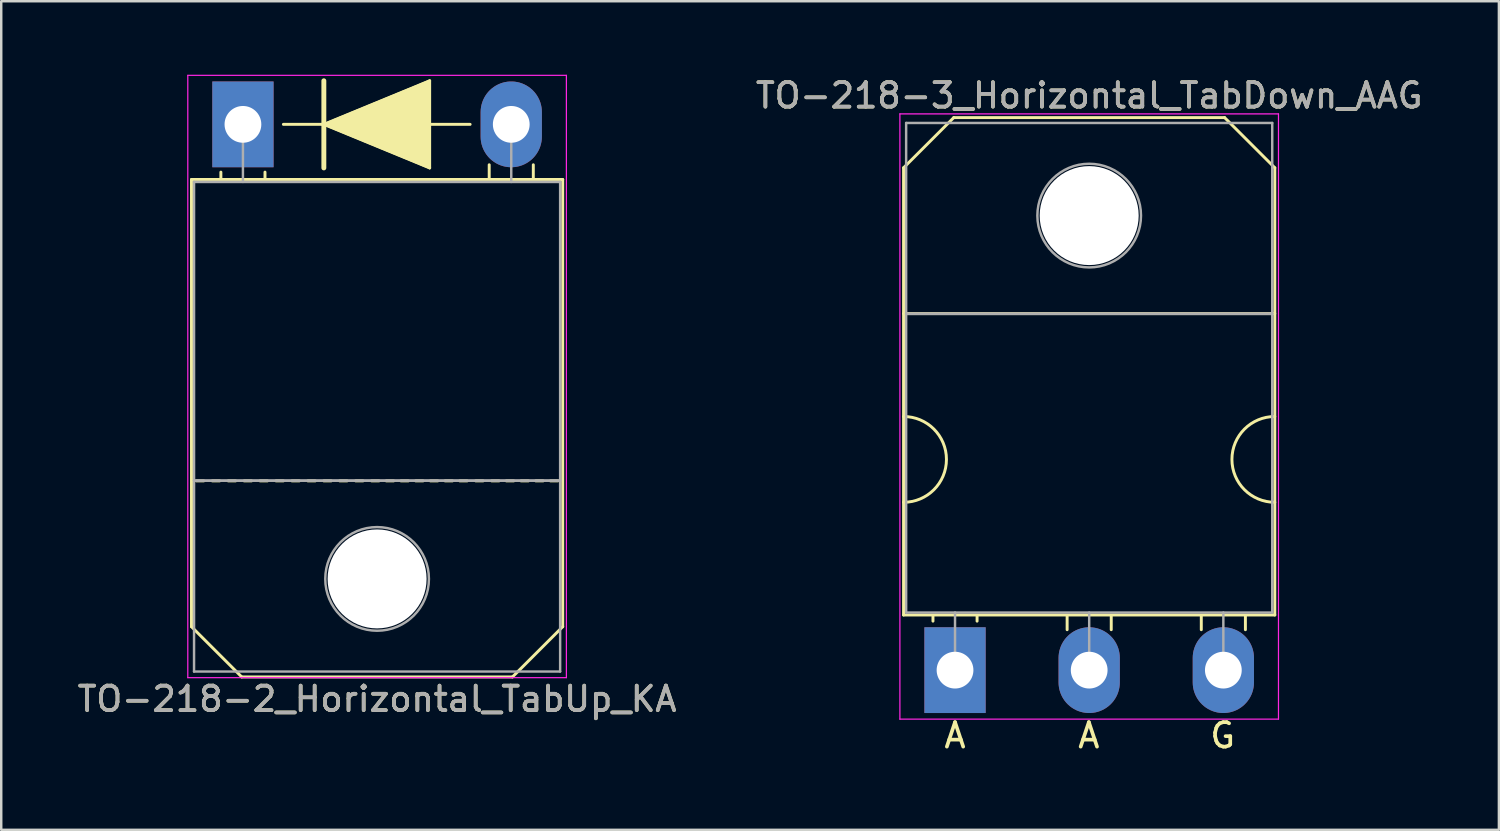
<source format=kicad_pcb>
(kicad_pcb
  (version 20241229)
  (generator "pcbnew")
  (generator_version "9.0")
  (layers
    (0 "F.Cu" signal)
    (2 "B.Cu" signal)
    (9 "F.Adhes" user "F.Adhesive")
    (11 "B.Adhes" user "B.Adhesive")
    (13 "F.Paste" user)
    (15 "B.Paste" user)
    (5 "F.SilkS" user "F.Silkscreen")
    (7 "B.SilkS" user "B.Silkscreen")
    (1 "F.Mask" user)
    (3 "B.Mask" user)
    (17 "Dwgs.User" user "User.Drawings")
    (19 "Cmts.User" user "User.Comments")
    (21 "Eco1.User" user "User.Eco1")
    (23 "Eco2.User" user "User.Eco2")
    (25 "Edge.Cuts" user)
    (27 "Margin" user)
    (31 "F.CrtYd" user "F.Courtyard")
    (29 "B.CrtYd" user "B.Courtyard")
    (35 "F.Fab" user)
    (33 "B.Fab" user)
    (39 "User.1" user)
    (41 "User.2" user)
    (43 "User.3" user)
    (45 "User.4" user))
  (footprint "TO-218-3_Horizontal_TabDown_AAG"
    (layer "F.Cu")
    (at 35.924 24.298)
    (property "Reference" "TO-218-3_Horizontal_TabDown_AAG" (at 5.475 -23.45 0) (layer "F.SilkS") (effects (font (size 1 1) (thickness 0.15))))
    (fp_line (start -2.1 -20.5) (end -0.05 -22.55) (stroke (width 0.12) (type solid)) (layer "F.SilkS"))
    (fp_line (start -2.1 -14.55) (end 13.05 -14.55) (stroke (width 0.12) (type solid)) (layer "F.SilkS"))
    (fp_line (start -2.1 -2.25) (end -2.1 -20.5) (stroke (width 0.12) (type solid)) (layer "F.SilkS"))
    (fp_line (start -0.9 -2.2) (end -0.9 -2) (stroke (width 0.12) (type solid)) (layer "F.SilkS"))
    (fp_line (start -0.05 -22.55) (end 11 -22.55) (stroke (width 0.12) (type solid)) (layer "F.SilkS"))
    (fp_line (start 0.9 -2.2) (end 0.9 -2) (stroke (width 0.12) (type solid)) (layer "F.SilkS"))
    (fp_line (start 4.575 -2.2) (end 4.575 -1.65) (stroke (width 0.12) (type solid)) (layer "F.SilkS"))
    (fp_line (start 6.375 -2.2) (end 6.375 -1.65) (stroke (width 0.12) (type solid)) (layer "F.SilkS"))
    (fp_line (start 10.05 -2.2) (end 10.05 -1.65) (stroke (width 0.12) (type solid)) (layer "F.SilkS"))
    (fp_line (start 11.85 -2.2) (end 11.85 -1.65) (stroke (width 0.12) (type solid)) (layer "F.SilkS"))
    (fp_line (start 13.05 -20.5) (end 11 -22.55) (stroke (width 0.12) (type solid)) (layer "F.SilkS"))
    (fp_line (start 13.05 -20.5) (end 13.05 -2.25) (stroke (width 0.12) (type solid)) (layer "F.SilkS"))
    (fp_line (start 13.05 -2.25) (end -2.1 -2.25) (stroke (width 0.12) (type solid)) (layer "F.SilkS"))
    (fp_arc (start -2.1 -10.35) (mid -0.35 -8.6) (end -2.1 -6.85) (stroke (width 0.12) (type solid)) (layer "F.SilkS"))
    (fp_arc (start 13.05 -6.85) (mid 11.3 -8.6) (end 13.05 -10.35) (stroke (width 0.12) (type solid)) (layer "F.SilkS"))
    (fp_line (start -2.25 -22.7) (end -2.25 2) (stroke (width 0.05) (type solid)) (layer "F.CrtYd"))
    (fp_line (start -2.25 2) (end 13.2 2) (stroke (width 0.05) (type solid)) (layer "F.CrtYd"))
    (fp_line (start 13.2 -22.7) (end -2.25 -22.7) (stroke (width 0.05) (type solid)) (layer "F.CrtYd"))
    (fp_line (start 13.2 2) (end 13.2 -22.7) (stroke (width 0.05) (type solid)) (layer "F.CrtYd"))
    (fp_line (start -1.995 -22.33) (end 12.945 -22.33) (stroke (width 0.1) (type solid)) (layer "F.Fab"))
    (fp_line (start -1.995 -14.54) (end -1.995 -22.33) (stroke (width 0.1) (type solid)) (layer "F.Fab"))
    (fp_line (start -1.995 -14.54) (end 12.945 -14.54) (stroke (width 0.1) (type solid)) (layer "F.Fab"))
    (fp_line (start -1.995 -2.35) (end -1.995 -14.54) (stroke (width 0.1) (type solid)) (layer "F.Fab"))
    (fp_line (start 0 -2.35) (end 0 0) (stroke (width 0.1) (type solid)) (layer "F.Fab"))
    (fp_line (start 5.475 -2.35) (end 5.475 0) (stroke (width 0.1) (type solid)) (layer "F.Fab"))
    (fp_line (start 10.95 -2.35) (end 10.95 0) (stroke (width 0.1) (type solid)) (layer "F.Fab"))
    (fp_line (start 12.945 -22.33) (end 12.945 -14.54) (stroke (width 0.1) (type solid)) (layer "F.Fab"))
    (fp_line (start 12.945 -14.54) (end -1.995 -14.54) (stroke (width 0.1) (type solid)) (layer "F.Fab"))
    (fp_line (start 12.945 -14.54) (end 12.945 -2.35) (stroke (width 0.1) (type solid)) (layer "F.Fab"))
    (fp_line (start 12.945 -2.35) (end -1.995 -2.35) (stroke (width 0.1) (type solid)) (layer "F.Fab"))
    (fp_circle (center 5.475 -18.55) (end 7.59 -18.55) (stroke (width 0.1) (type solid)) (fill no) (layer "F.Fab"))
    (fp_text user "A" (at 5.461 2.667 0) (unlocked yes) (layer "F.SilkS") (effects (font (size 1 1) (thickness 0.15))))
    (fp_text user "A" (at 0 2.667 0) (unlocked yes) (layer "F.SilkS") (effects (font (size 1 1) (thickness 0.15))))
    (fp_text user "G" (at 10.922 2.667 0) (unlocked yes) (layer "F.SilkS") (effects (font (size 1 1) (thickness 0.15))))
    (fp_text user "${REFERENCE}" (at 5.475 -23.45 0) (layer "F.Fab") (effects (font (size 1 1) (thickness 0.15))))
    (pad "" np_thru_hole oval (at 5.475 -18.55) (size 4.04 4.04) (drill 4.04) (layers "*.Cu" "*.Mask"))
    (pad "1" thru_hole rect (at 0 0) (size 2.5 3.5) (drill 1.5) (layers "*.Cu" "*.Mask"))
    (pad "2" thru_hole oval (at 5.475 0) (size 2.5 3.5) (drill 1.5) (layers "*.Cu" "*.Mask"))
    (pad "3" thru_hole oval (at 10.95 0) (size 2.5 3.5) (drill 1.5) (layers "*.Cu" "*.Mask")))
  (footprint "TO-218-2_Horizontal_TabUp_KA"
    (layer "F.Cu")
    (at 6.864 2.025)
    (property "Reference" "TO-218-2_Horizontal_TabUp_KA" (at 5.475 23.45 0) (layer "F.SilkS") (effects (font (size 1 1) (thickness 0.15))))
    (fp_line (start -2.1 2.25) (end 13.05 2.25) (stroke (width 0.12) (type solid)) (layer "F.SilkS"))
    (fp_line (start -2.1 20.5) (end -2.1 2.25) (stroke (width 0.12) (type solid)) (layer "F.SilkS"))
    (fp_line (start -2.1 20.5) (end -0.05 22.55) (stroke (width 0.12) (type solid)) (layer "F.SilkS"))
    (fp_line (start -1.6 14.55) (end -1.9 14.55) (stroke (width 0.12) (type solid)) (layer "F.SilkS"))
    (fp_line (start -0.95 14.55) (end -1.25 14.55) (stroke (width 0.12) (type solid)) (layer "F.SilkS"))
    (fp_line (start -0.9 2.2) (end -0.9 1.95) (stroke (width 0.12) (type solid)) (layer "F.SilkS"))
    (fp_line (start -0.3 14.55) (end -0.6 14.55) (stroke (width 0.12) (type solid)) (layer "F.SilkS"))
    (fp_line (start 0.35 14.55) (end 0.05 14.55) (stroke (width 0.12) (type solid)) (layer "F.SilkS"))
    (fp_line (start 0.9 2.2) (end 0.9 1.95) (stroke (width 0.12) (type solid)) (layer "F.SilkS"))
    (fp_line (start 1 14.55) (end 0.7 14.55) (stroke (width 0.12) (type solid)) (layer "F.SilkS"))
    (fp_line (start 1.65 14.55) (end 1.35 14.55) (stroke (width 0.12) (type solid)) (layer "F.SilkS"))
    (fp_line (start 1.651 0) (end 3.302 0) (stroke (width 0.12) (type solid)) (layer "F.SilkS"))
    (fp_line (start 2.3 14.55) (end 2 14.55) (stroke (width 0.12) (type solid)) (layer "F.SilkS"))
    (fp_line (start 2.95 14.55) (end 2.65 14.55) (stroke (width 0.12) (type solid)) (layer "F.SilkS"))
    (fp_line (start 3.302 0) (end 3.302 -1.778) (stroke (width 0.2) (type solid)) (layer "F.SilkS"))
    (fp_line (start 3.302 0) (end 7.62 -1.778) (stroke (width 0.12) (type solid)) (layer "F.SilkS"))
    (fp_line (start 3.302 1.778) (end 3.302 0) (stroke (width 0.2) (type solid)) (layer "F.SilkS"))
    (fp_line (start 3.6 14.55) (end 3.3 14.55) (stroke (width 0.12) (type solid)) (layer "F.SilkS"))
    (fp_line (start 4.25 14.55) (end 3.95 14.55) (stroke (width 0.12) (type solid)) (layer "F.SilkS"))
    (fp_line (start 4.9 14.55) (end 4.6 14.55) (stroke (width 0.12) (type solid)) (layer "F.SilkS"))
    (fp_line (start 5.55 14.55) (end 5.25 14.55) (stroke (width 0.12) (type solid)) (layer "F.SilkS"))
    (fp_line (start 6.15 14.55) (end 5.85 14.55) (stroke (width 0.12) (type solid)) (layer "F.SilkS"))
    (fp_line (start 6.75 14.55) (end 6.45 14.55) (stroke (width 0.12) (type solid)) (layer "F.SilkS"))
    (fp_line (start 7.35 14.55) (end 7.05 14.55) (stroke (width 0.12) (type solid)) (layer "F.SilkS"))
    (fp_line (start 7.62 -1.778) (end 7.62 1.778) (stroke (width 0.12) (type solid)) (layer "F.SilkS"))
    (fp_line (start 7.62 0) (end 9.271 0) (stroke (width 0.12) (type solid)) (layer "F.SilkS"))
    (fp_line (start 7.62 1.778) (end 3.302 0) (stroke (width 0.12) (type solid)) (layer "F.SilkS"))
    (fp_line (start 7.95 14.55) (end 7.65 14.55) (stroke (width 0.12) (type solid)) (layer "F.SilkS"))
    (fp_line (start 8.55 14.55) (end 8.25 14.55) (stroke (width 0.12) (type solid)) (layer "F.SilkS"))
    (fp_line (start 9.15 14.55) (end 8.85 14.55) (stroke (width 0.12) (type solid)) (layer "F.SilkS"))
    (fp_line (start 9.8 14.55) (end 9.5 14.55) (stroke (width 0.12) (type solid)) (layer "F.SilkS"))
    (fp_line (start 10.05 2.2) (end 10.05 1.65) (stroke (width 0.12) (type solid)) (layer "F.SilkS"))
    (fp_line (start 10.45 14.55) (end 10.15 14.55) (stroke (width 0.12) (type solid)) (layer "F.SilkS"))
    (fp_line (start 11 22.55) (end -0.05 22.55) (stroke (width 0.12) (type solid)) (layer "F.SilkS"))
    (fp_line (start 11.05 14.55) (end 10.75 14.55) (stroke (width 0.12) (type solid)) (layer "F.SilkS"))
    (fp_line (start 11.65 14.55) (end 11.35 14.55) (stroke (width 0.12) (type solid)) (layer "F.SilkS"))
    (fp_line (start 11.85 2.2) (end 11.85 1.65) (stroke (width 0.12) (type solid)) (layer "F.SilkS"))
    (fp_line (start 12.25 14.55) (end 11.95 14.55) (stroke (width 0.12) (type solid)) (layer "F.SilkS"))
    (fp_line (start 12.85 14.55) (end 12.55 14.55) (stroke (width 0.12) (type solid)) (layer "F.SilkS"))
    (fp_line (start 13.05 2.25) (end 13.05 20.5) (stroke (width 0.12) (type solid)) (layer "F.SilkS"))
    (fp_line (start 13.05 20.5) (end 11 22.55) (stroke (width 0.12) (type solid)) (layer "F.SilkS"))
    (fp_poly (pts (xy 7.62 1.778) (xy 3.302 0) (xy 7.62 -1.778)) (stroke (width 0.1) (type solid)) (fill yes) (layer "F.SilkS"))
    (fp_line (start -2.25 -2) (end -2.25 22.58) (stroke (width 0.05) (type solid)) (layer "F.CrtYd"))
    (fp_line (start -2.25 22.58) (end 13.2 22.58) (stroke (width 0.05) (type solid)) (layer "F.CrtYd"))
    (fp_line (start 13.2 -2) (end -2.25 -2) (stroke (width 0.05) (type solid)) (layer "F.CrtYd"))
    (fp_line (start 13.2 22.58) (end 13.2 -2) (stroke (width 0.05) (type solid)) (layer "F.CrtYd"))
    (fp_line (start -1.995 2.35) (end -1.995 14.54) (stroke (width 0.1) (type solid)) (layer "F.Fab"))
    (fp_line (start -1.995 14.54) (end -1.995 22.33) (stroke (width 0.1) (type solid)) (layer "F.Fab"))
    (fp_line (start -1.995 14.54) (end 12.945 14.54) (stroke (width 0.1) (type solid)) (layer "F.Fab"))
    (fp_line (start -1.995 22.33) (end 12.945 22.33) (stroke (width 0.1) (type solid)) (layer "F.Fab"))
    (fp_line (start 0 2.35) (end 0 0) (stroke (width 0.1) (type solid)) (layer "F.Fab"))
    (fp_line (start 10.95 2.35) (end 10.95 0) (stroke (width 0.1) (type solid)) (layer "F.Fab"))
    (fp_line (start 12.945 2.35) (end -1.995 2.35) (stroke (width 0.1) (type solid)) (layer "F.Fab"))
    (fp_line (start 12.945 14.54) (end -1.995 14.54) (stroke (width 0.1) (type solid)) (layer "F.Fab"))
    (fp_line (start 12.945 14.54) (end 12.945 2.35) (stroke (width 0.1) (type solid)) (layer "F.Fab"))
    (fp_line (start 12.945 22.33) (end 12.945 14.54) (stroke (width 0.1) (type solid)) (layer "F.Fab"))
    (fp_circle (center 5.475 18.55) (end 7.59 18.55) (stroke (width 0.1) (type solid)) (fill no) (layer "F.Fab"))
    (fp_text user "${REFERENCE}" (at 5.475 23.45 0) (layer "F.Fab") (effects (font (size 1 1) (thickness 0.15))))
    (pad "" np_thru_hole oval (at 5.475 18.55) (size 4.04 4.04) (drill 4.04) (layers "*.Cu" "*.Mask"))
    (pad "1" thru_hole rect (at 0 0) (size 2.5 3.5) (drill 1.5) (layers "*.Cu" "*.Mask"))
    (pad "2" thru_hole oval (at 10.95 0) (size 2.5 3.5) (drill 1.5) (layers "*.Cu" "*.Mask")))
  (gr_rect
    (start -3 -3)
    (end 58.119 30.814)
    (stroke (width 0.1) (type default))
    (fill no)
    (layer "Edge.Cuts")))
</source>
